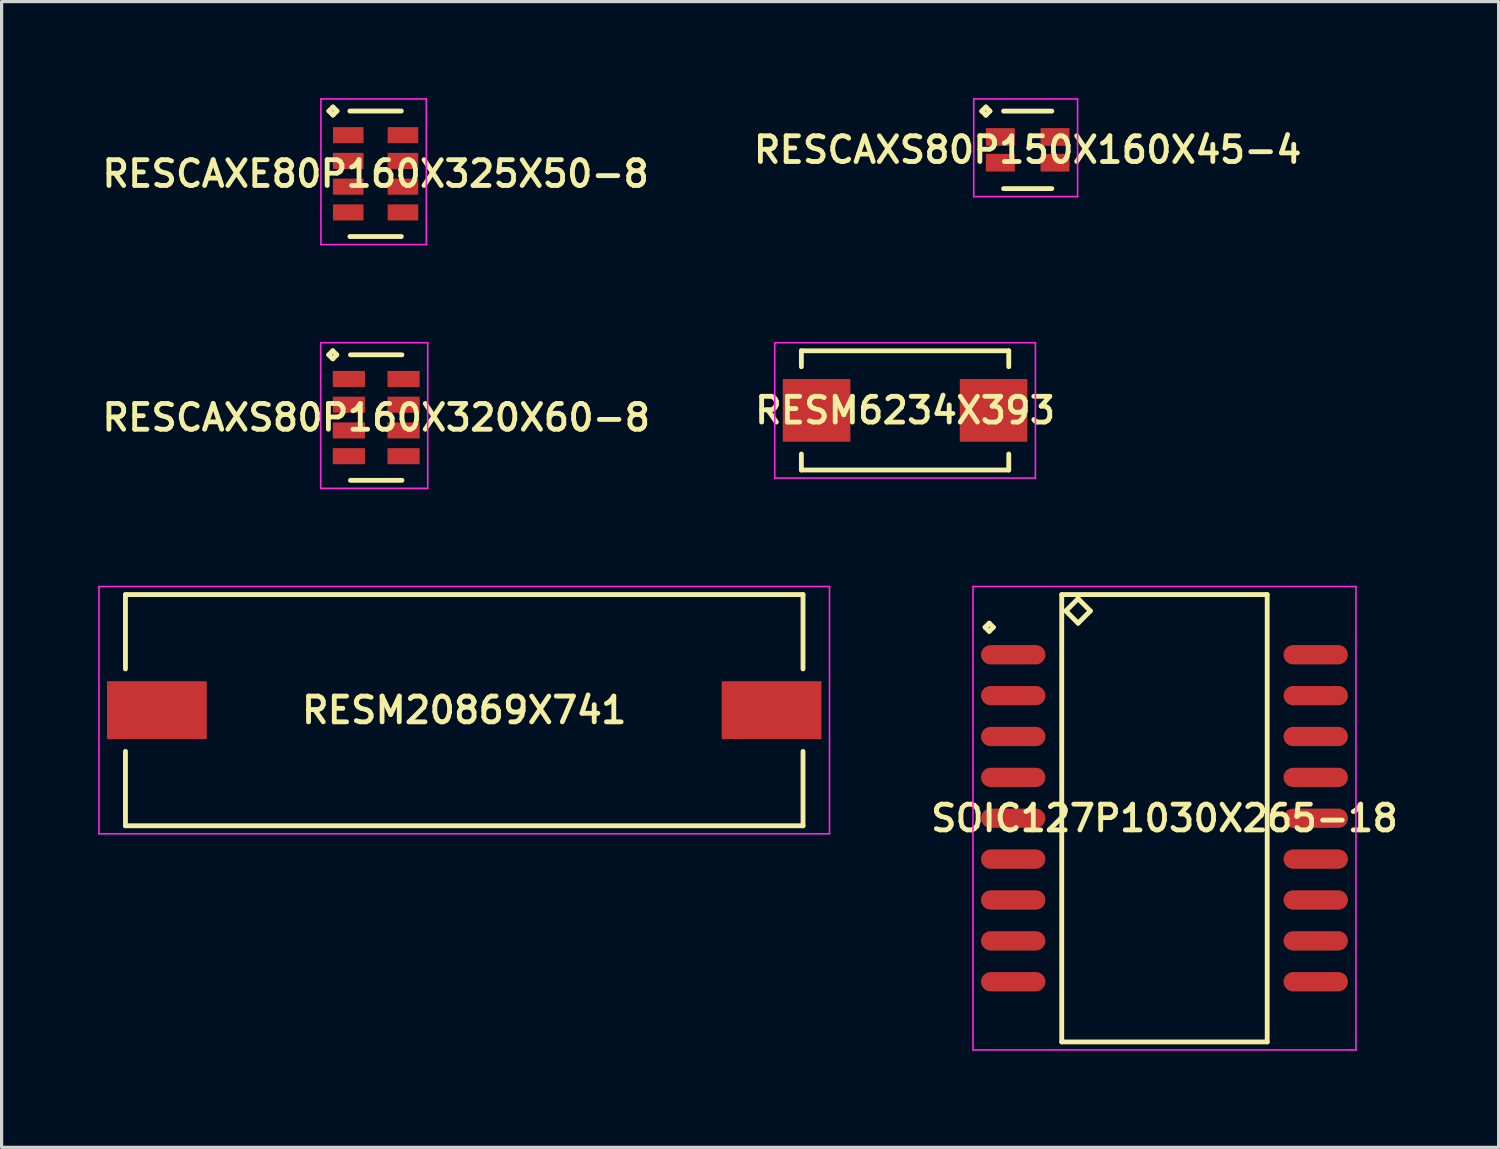
<source format=kicad_pcb>
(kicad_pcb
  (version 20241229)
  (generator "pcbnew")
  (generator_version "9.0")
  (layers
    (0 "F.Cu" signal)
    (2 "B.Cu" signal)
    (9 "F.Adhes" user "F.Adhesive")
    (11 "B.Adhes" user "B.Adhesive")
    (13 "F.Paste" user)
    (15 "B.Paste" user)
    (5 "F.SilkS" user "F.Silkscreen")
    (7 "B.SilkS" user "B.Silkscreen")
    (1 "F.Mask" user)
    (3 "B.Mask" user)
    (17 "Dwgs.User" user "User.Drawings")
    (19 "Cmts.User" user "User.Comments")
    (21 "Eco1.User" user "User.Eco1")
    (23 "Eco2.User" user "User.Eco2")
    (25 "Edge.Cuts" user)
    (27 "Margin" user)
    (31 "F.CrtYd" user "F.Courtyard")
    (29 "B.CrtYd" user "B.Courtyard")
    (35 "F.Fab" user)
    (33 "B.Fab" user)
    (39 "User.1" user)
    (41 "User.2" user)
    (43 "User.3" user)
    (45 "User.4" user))
  (footprint "SOIC127P1030X265-18"
    (layer "F.Cu")
    (at 33.133 22.375)
    (property "Reference" "SOIC127P1030X265-18" (at 0 0 0) (layer "F.SilkS") (effects (font (size 0.8 0.8) (thickness 0.15))))
    (attr smd)
    (fp_line (start -5.573 -5.934) (end -5.446 -6.061) (stroke (width 0.15) (type solid)) (layer "F.SilkS"))
    (fp_line (start -5.446 -6.061) (end -5.319 -5.934) (stroke (width 0.15) (type solid)) (layer "F.SilkS"))
    (fp_line (start -5.446 -5.807) (end -5.573 -5.934) (stroke (width 0.15) (type solid)) (layer "F.SilkS"))
    (fp_line (start -5.319 -5.934) (end -5.446 -5.807) (stroke (width 0.15) (type solid)) (layer "F.SilkS"))
    (fp_line (start -3.192 -6.95) (end -3.192 6.95) (stroke (width 0.15) (type solid)) (layer "F.SilkS"))
    (fp_line (start -3.192 6.95) (end 3.192 6.95) (stroke (width 0.15) (type solid)) (layer "F.SilkS"))
    (fp_line (start -3.065 -6.442) (end -2.684 -6.823) (stroke (width 0.15) (type solid)) (layer "F.SilkS"))
    (fp_line (start -2.684 -6.823) (end -2.303 -6.442) (stroke (width 0.15) (type solid)) (layer "F.SilkS"))
    (fp_line (start -2.684 -6.061) (end -3.065 -6.442) (stroke (width 0.15) (type solid)) (layer "F.SilkS"))
    (fp_line (start -2.303 -6.442) (end -2.684 -6.061) (stroke (width 0.15) (type solid)) (layer "F.SilkS"))
    (fp_line (start 3.192 -6.95) (end -3.192 -6.95) (stroke (width 0.15) (type solid)) (layer "F.SilkS"))
    (fp_line (start 3.192 6.95) (end 3.192 -6.95) (stroke (width 0.15) (type solid)) (layer "F.SilkS"))
    (fp_line (start -5.95 -7.2) (end 5.95 -7.2) (stroke (width 0.05) (type solid)) (layer "F.CrtYd"))
    (fp_line (start -5.95 7.2) (end -5.95 -7.2) (stroke (width 0.05) (type solid)) (layer "F.CrtYd"))
    (fp_line (start 5.95 -7.2) (end 5.95 7.2) (stroke (width 0.05) (type solid)) (layer "F.CrtYd"))
    (fp_line (start 5.95 7.2) (end -5.95 7.2) (stroke (width 0.05) (type solid)) (layer "F.CrtYd"))
    (pad "1" smd oval (at -4.7 -5.08) (size 2 0.6) (layers "F.Cu" "F.Mask" "F.Paste"))
    (pad "2" smd oval (at -4.7 -3.81) (size 2 0.6) (layers "F.Cu" "F.Mask" "F.Paste"))
    (pad "3" smd oval (at -4.7 -2.54) (size 2 0.6) (layers "F.Cu" "F.Mask" "F.Paste"))
    (pad "4" smd oval (at -4.7 -1.27) (size 2 0.6) (layers "F.Cu" "F.Mask" "F.Paste"))
    (pad "5" smd oval (at -4.7 0) (size 2 0.6) (layers "F.Cu" "F.Mask" "F.Paste"))
    (pad "6" smd oval (at -4.7 1.27) (size 2 0.6) (layers "F.Cu" "F.Mask" "F.Paste"))
    (pad "7" smd oval (at -4.7 2.54) (size 2 0.6) (layers "F.Cu" "F.Mask" "F.Paste"))
    (pad "8" smd oval (at -4.7 3.81) (size 2 0.6) (layers "F.Cu" "F.Mask" "F.Paste"))
    (pad "9" smd oval (at -4.7 5.08) (size 2 0.6) (layers "F.Cu" "F.Mask" "F.Paste"))
    (pad "10" smd oval (at 4.7 5.08) (size 2 0.6) (layers "F.Cu" "F.Mask" "F.Paste"))
    (pad "11" smd oval (at 4.7 3.81) (size 2 0.6) (layers "F.Cu" "F.Mask" "F.Paste"))
    (pad "12" smd oval (at 4.7 2.54) (size 2 0.6) (layers "F.Cu" "F.Mask" "F.Paste"))
    (pad "13" smd oval (at 4.7 1.27) (size 2 0.6) (layers "F.Cu" "F.Mask" "F.Paste"))
    (pad "14" smd oval (at 4.7 0) (size 2 0.6) (layers "F.Cu" "F.Mask" "F.Paste"))
    (pad "15" smd oval (at 4.7 -1.27) (size 2 0.6) (layers "F.Cu" "F.Mask" "F.Paste"))
    (pad "16" smd oval (at 4.7 -2.54) (size 2 0.6) (layers "F.Cu" "F.Mask" "F.Paste"))
    (pad "17" smd oval (at 4.7 -3.81) (size 2 0.6) (layers "F.Cu" "F.Mask" "F.Paste"))
    (pad "18" smd oval (at 4.7 -5.08) (size 2 0.6) (layers "F.Cu" "F.Mask" "F.Paste")))
  (footprint "RESM6234X393"
    (layer "F.Cu")
    (at 25.073 9.702)
    (property "Reference" "RESM6234X393" (at 0 0 0) (layer "F.SilkS") (effects (font (size 0.8 0.8) (thickness 0.15))))
    (attr smd)
    (fp_line (start -3.222 -1.852) (end 3.222 -1.852) (stroke (width 0.15) (type solid)) (layer "F.SilkS"))
    (fp_line (start -3.222 -1.356) (end -3.222 -1.852) (stroke (width 0.15) (type solid)) (layer "F.SilkS"))
    (fp_line (start -3.222 1.356) (end -3.222 1.852) (stroke (width 0.15) (type solid)) (layer "F.SilkS"))
    (fp_line (start -3.222 1.852) (end 3.222 1.852) (stroke (width 0.15) (type solid)) (layer "F.SilkS"))
    (fp_line (start 3.222 -1.852) (end 3.222 -1.356) (stroke (width 0.15) (type solid)) (layer "F.SilkS"))
    (fp_line (start 3.222 1.852) (end 3.222 1.356) (stroke (width 0.15) (type solid)) (layer "F.SilkS"))
    (fp_line (start -4.05 -2.102) (end 4.05 -2.102) (stroke (width 0.05) (type solid)) (layer "F.CrtYd"))
    (fp_line (start -4.05 2.102) (end -4.05 -2.102) (stroke (width 0.05) (type solid)) (layer "F.CrtYd"))
    (fp_line (start 4.05 -2.102) (end 4.05 2.102) (stroke (width 0.05) (type solid)) (layer "F.CrtYd"))
    (fp_line (start 4.05 2.102) (end -4.05 2.102) (stroke (width 0.05) (type solid)) (layer "F.CrtYd"))
    (pad "1" smd rect (at -2.75 0) (size 2.1 1.95) (layers "F.Cu" "F.Mask" "F.Paste"))
    (pad "2" smd rect (at 2.75 0) (size 2.1 1.95) (layers "F.Cu" "F.Mask" "F.Paste")))
  (footprint "RESM20869X741"
    (layer "F.Cu")
    (at 11.375 19.017)
    (property "Reference" "RESM20869X741" (at 0 0 0) (layer "F.SilkS") (effects (font (size 0.8 0.8) (thickness 0.15))))
    (attr smd)
    (fp_line (start -10.527 -3.592) (end 10.527 -3.592) (stroke (width 0.15) (type solid)) (layer "F.SilkS"))
    (fp_line (start -10.527 -1.281) (end -10.527 -3.592) (stroke (width 0.15) (type solid)) (layer "F.SilkS"))
    (fp_line (start -10.527 1.281) (end -10.527 3.592) (stroke (width 0.15) (type solid)) (layer "F.SilkS"))
    (fp_line (start -10.527 3.592) (end 10.527 3.592) (stroke (width 0.15) (type solid)) (layer "F.SilkS"))
    (fp_line (start 10.527 -3.592) (end 10.527 -1.281) (stroke (width 0.15) (type solid)) (layer "F.SilkS"))
    (fp_line (start 10.527 3.592) (end 10.527 1.281) (stroke (width 0.15) (type solid)) (layer "F.SilkS"))
    (fp_line (start -11.35 -3.842) (end 11.35 -3.842) (stroke (width 0.05) (type solid)) (layer "F.CrtYd"))
    (fp_line (start -11.35 3.842) (end -11.35 -3.842) (stroke (width 0.05) (type solid)) (layer "F.CrtYd"))
    (fp_line (start 11.35 -3.842) (end 11.35 3.842) (stroke (width 0.05) (type solid)) (layer "F.CrtYd"))
    (fp_line (start 11.35 3.842) (end -11.35 3.842) (stroke (width 0.05) (type solid)) (layer "F.CrtYd"))
    (pad "1" smd rect (at -9.55 0) (size 3.1 1.8) (layers "F.Cu" "F.Mask" "F.Paste"))
    (pad "2" smd rect (at 9.55 0) (size 3.1 1.8) (layers "F.Cu" "F.Mask" "F.Paste")))
  (footprint "RESCAXS80P150X160X45-4"
    (layer "F.Cu")
    (at 28.883 1.606)
    (property "Reference" "RESCAXS80P150X160X45-4" (at 0 0 0) (layer "F.SilkS") (effects (font (size 0.8 0.8) (thickness 0.15))))
    (attr smd)
    (fp_line (start -1.427 -1.204) (end -1.3 -1.331) (stroke (width 0.15) (type solid)) (layer "F.SilkS"))
    (fp_line (start -1.3 -1.331) (end -1.173 -1.204) (stroke (width 0.15) (type solid)) (layer "F.SilkS"))
    (fp_line (start -1.3 -1.077) (end -1.427 -1.204) (stroke (width 0.15) (type solid)) (layer "F.SilkS"))
    (fp_line (start -1.173 -1.204) (end -1.3 -1.077) (stroke (width 0.15) (type solid)) (layer "F.SilkS"))
    (fp_line (start -0.75 -1.204) (end 0.75 -1.204) (stroke (width 0.15) (type solid)) (layer "F.SilkS"))
    (fp_line (start -0.75 1.204) (end 0.75 1.204) (stroke (width 0.15) (type solid)) (layer "F.SilkS"))
    (fp_line (start -1.677 -1.581) (end 1.55 -1.581) (stroke (width 0.05) (type solid)) (layer "F.CrtYd"))
    (fp_line (start -1.677 1.454) (end -1.677 -1.581) (stroke (width 0.05) (type solid)) (layer "F.CrtYd"))
    (fp_line (start 1.55 -1.581) (end 1.55 1.454) (stroke (width 0.05) (type solid)) (layer "F.CrtYd"))
    (fp_line (start 1.55 1.454) (end -1.677 1.454) (stroke (width 0.05) (type solid)) (layer "F.CrtYd"))
    (pad "1" smd rect (at -0.85 -0.4) (size 0.9 0.55) (layers "F.Cu" "F.Mask" "F.Paste"))
    (pad "2" smd rect (at -0.85 0.4) (size 0.9 0.55) (layers "F.Cu" "F.Mask" "F.Paste"))
    (pad "3" smd rect (at 0.85 0.4) (size 0.9 0.55) (layers "F.Cu" "F.Mask" "F.Paste"))
    (pad "4" smd rect (at 0.85 -0.4) (size 0.9 0.55) (layers "F.Cu" "F.Mask" "F.Paste")))
  (footprint "RESCAXE80P160X325X50-8"
    (layer "F.Cu")
    (at 8.621 2.35)
    (property "Reference" "RESCAXE80P160X325X50-8" (at 0 0 0) (layer "F.SilkS") (effects (font (size 0.8 0.8) (thickness 0.15))))
    (attr smd)
    (fp_line (start -1.45 -1.95) (end -1.325 -2.075) (stroke (width 0.15) (type solid)) (layer "F.SilkS"))
    (fp_line (start -1.325 -2.075) (end -1.2 -1.95) (stroke (width 0.15) (type solid)) (layer "F.SilkS"))
    (fp_line (start -1.325 -1.825) (end -1.45 -1.95) (stroke (width 0.15) (type solid)) (layer "F.SilkS"))
    (fp_line (start -1.2 -1.95) (end -1.325 -1.825) (stroke (width 0.15) (type solid)) (layer "F.SilkS"))
    (fp_line (start -0.8 -1.95) (end 0.8 -1.95) (stroke (width 0.15) (type solid)) (layer "F.SilkS"))
    (fp_line (start -0.8 1.95) (end 0.8 1.95) (stroke (width 0.15) (type solid)) (layer "F.SilkS"))
    (fp_line (start -1.7 -2.325) (end 1.575 -2.325) (stroke (width 0.05) (type solid)) (layer "F.CrtYd"))
    (fp_line (start -1.7 2.2) (end -1.7 -2.325) (stroke (width 0.05) (type solid)) (layer "F.CrtYd"))
    (fp_line (start 1.575 -2.325) (end 1.575 2.2) (stroke (width 0.05) (type solid)) (layer "F.CrtYd"))
    (fp_line (start 1.575 2.2) (end -1.7 2.2) (stroke (width 0.05) (type solid)) (layer "F.CrtYd"))
    (pad "1" smd rect (at -0.85 -1.2) (size 0.95 0.5) (layers "F.Cu" "F.Mask" "F.Paste"))
    (pad "2" smd rect (at -0.85 -0.4) (size 0.95 0.5) (layers "F.Cu" "F.Mask" "F.Paste"))
    (pad "3" smd rect (at -0.85 0.4) (size 0.95 0.5) (layers "F.Cu" "F.Mask" "F.Paste"))
    (pad "4" smd rect (at -0.85 1.2) (size 0.95 0.5) (layers "F.Cu" "F.Mask" "F.Paste"))
    (pad "5" smd rect (at 0.85 1.2) (size 0.95 0.5) (layers "F.Cu" "F.Mask" "F.Paste"))
    (pad "6" smd rect (at 0.85 0.4) (size 0.95 0.5) (layers "F.Cu" "F.Mask" "F.Paste"))
    (pad "7" smd rect (at 0.85 -0.4) (size 0.95 0.5) (layers "F.Cu" "F.Mask" "F.Paste"))
    (pad "8" smd rect (at 0.85 -1.2) (size 0.95 0.5) (layers "F.Cu" "F.Mask" "F.Paste")))
  (footprint "RESCAXS80P160X320X60-8"
    (layer "F.Cu")
    (at 8.64 9.925)
    (property "Reference" "RESCAXS80P160X320X60-8" (at 0 0 0) (layer "F.SilkS") (effects (font (size 0.8 0.8) (thickness 0.15))))
    (attr smd)
    (fp_line (start -1.475 -1.95) (end -1.35 -2.075) (stroke (width 0.15) (type solid)) (layer "F.SilkS"))
    (fp_line (start -1.35 -2.075) (end -1.225 -1.95) (stroke (width 0.15) (type solid)) (layer "F.SilkS"))
    (fp_line (start -1.35 -1.825) (end -1.475 -1.95) (stroke (width 0.15) (type solid)) (layer "F.SilkS"))
    (fp_line (start -1.225 -1.95) (end -1.35 -1.825) (stroke (width 0.15) (type solid)) (layer "F.SilkS"))
    (fp_line (start -0.8 -1.95) (end 0.8 -1.95) (stroke (width 0.15) (type solid)) (layer "F.SilkS"))
    (fp_line (start -0.8 1.95) (end 0.8 1.95) (stroke (width 0.15) (type solid)) (layer "F.SilkS"))
    (fp_line (start -1.725 -2.325) (end 1.6 -2.325) (stroke (width 0.05) (type solid)) (layer "F.CrtYd"))
    (fp_line (start -1.725 2.2) (end -1.725 -2.325) (stroke (width 0.05) (type solid)) (layer "F.CrtYd"))
    (fp_line (start 1.6 -2.325) (end 1.6 2.2) (stroke (width 0.05) (type solid)) (layer "F.CrtYd"))
    (fp_line (start 1.6 2.2) (end -1.725 2.2) (stroke (width 0.05) (type solid)) (layer "F.CrtYd"))
    (pad "1" smd rect (at -0.85 -1.2) (size 1 0.5) (layers "F.Cu" "F.Mask" "F.Paste"))
    (pad "2" smd rect (at -0.85 -0.4) (size 1 0.5) (layers "F.Cu" "F.Mask" "F.Paste"))
    (pad "3" smd rect (at -0.85 0.4) (size 1 0.5) (layers "F.Cu" "F.Mask" "F.Paste"))
    (pad "4" smd rect (at -0.85 1.2) (size 1 0.5) (layers "F.Cu" "F.Mask" "F.Paste"))
    (pad "5" smd rect (at 0.85 1.2) (size 1 0.5) (layers "F.Cu" "F.Mask" "F.Paste"))
    (pad "6" smd rect (at 0.85 0.4) (size 1 0.5) (layers "F.Cu" "F.Mask" "F.Paste"))
    (pad "7" smd rect (at 0.85 -0.4) (size 1 0.5) (layers "F.Cu" "F.Mask" "F.Paste"))
    (pad "8" smd rect (at 0.85 -1.2) (size 1 0.5) (layers "F.Cu" "F.Mask" "F.Paste")))
  (gr_rect
    (start -3 -3)
    (end 43.516 32.6)
    (stroke (width 0.1) (type default))
    (fill no)
    (layer "Edge.Cuts")))
</source>
